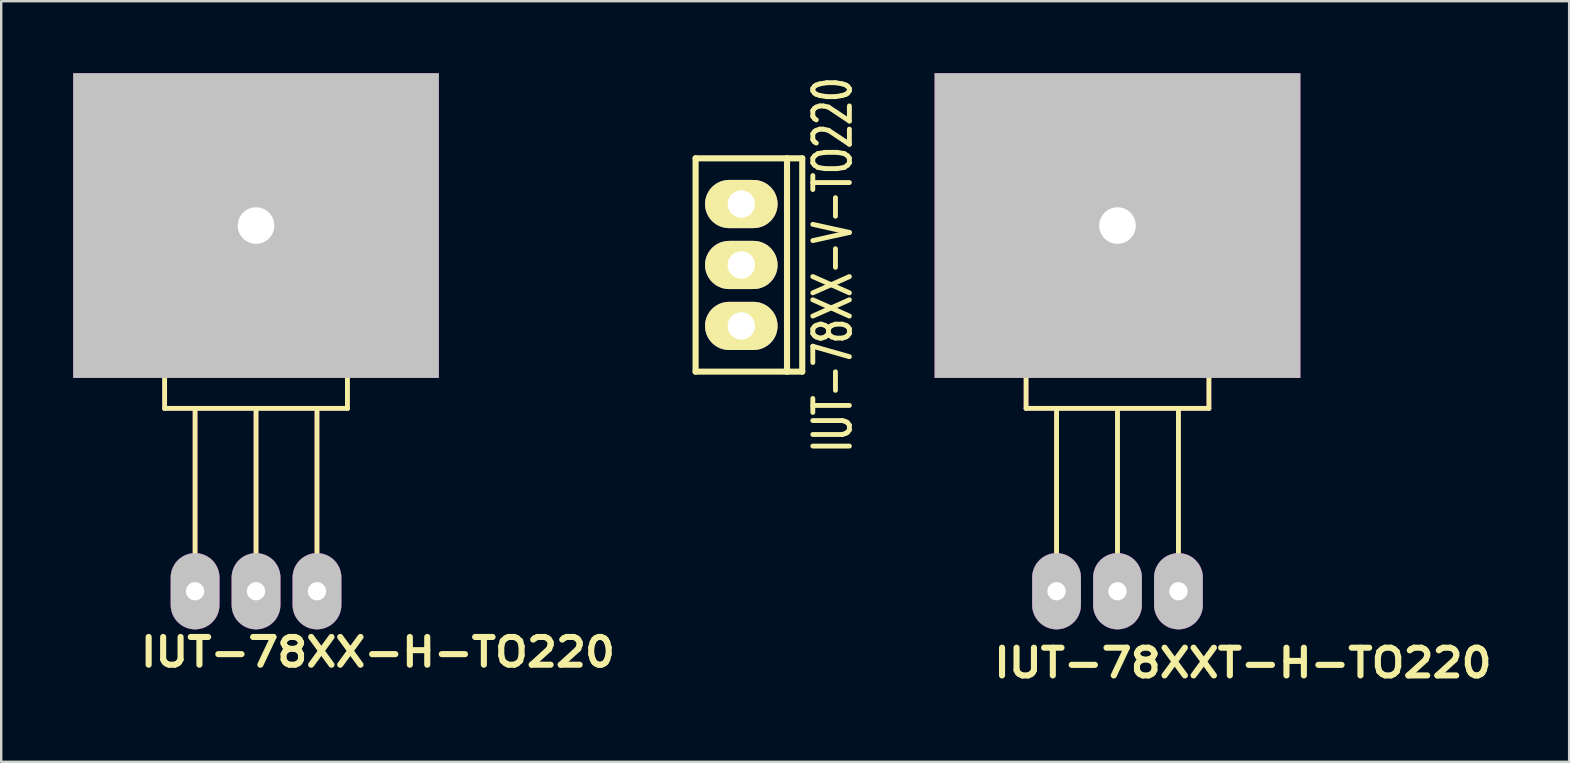
<source format=kicad_pcb>
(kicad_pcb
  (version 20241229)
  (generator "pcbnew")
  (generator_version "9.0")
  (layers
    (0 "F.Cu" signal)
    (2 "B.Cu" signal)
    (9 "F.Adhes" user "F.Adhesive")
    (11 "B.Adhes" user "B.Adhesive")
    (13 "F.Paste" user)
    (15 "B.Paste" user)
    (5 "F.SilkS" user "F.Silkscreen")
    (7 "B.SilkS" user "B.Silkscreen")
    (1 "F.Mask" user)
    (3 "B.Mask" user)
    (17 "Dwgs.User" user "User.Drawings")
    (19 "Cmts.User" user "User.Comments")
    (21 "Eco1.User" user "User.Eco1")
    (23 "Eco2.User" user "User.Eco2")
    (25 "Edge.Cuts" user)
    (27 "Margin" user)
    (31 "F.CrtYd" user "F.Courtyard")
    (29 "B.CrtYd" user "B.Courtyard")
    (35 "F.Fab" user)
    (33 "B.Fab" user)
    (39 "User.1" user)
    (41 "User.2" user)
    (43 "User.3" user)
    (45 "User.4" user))
  (footprint "IUT-78XXT-H-TO220"
    (layer "F.Cu")
    (at 43.522 21.59)
    (property "Reference" "IUT-78XXT-H-TO220" (at 5.227 2.987 0) (layer "F.SilkS") (effects (font (size 1.156 1.27) (thickness 0.254))))
    (attr through_hole)
    (fp_line (start -3.81 -20.32) (end 3.81 -20.32) (stroke (width 0.203) (type solid)) (layer "F.SilkS"))
    (fp_line (start -3.81 -19.05) (end -3.81 -20.32) (stroke (width 0.203) (type solid)) (layer "F.SilkS"))
    (fp_line (start -3.81 -17.78) (end -2.54 -17.78) (stroke (width 0.203) (type solid)) (layer "F.SilkS"))
    (fp_line (start -3.81 -7.62) (end -3.81 -17.78) (stroke (width 0.203) (type solid)) (layer "F.SilkS"))
    (fp_line (start -2.54 -19.05) (end -3.81 -19.05) (stroke (width 0.203) (type solid)) (layer "F.SilkS"))
    (fp_line (start -2.54 -17.78) (end -2.54 -19.05) (stroke (width 0.203) (type solid)) (layer "F.SilkS"))
    (fp_line (start -2.54 0) (end -2.54 -7.62) (stroke (width 0.203) (type solid)) (layer "F.SilkS"))
    (fp_line (start 0 0) (end 0 -7.62) (stroke (width 0.203) (type solid)) (layer "F.SilkS"))
    (fp_line (start 2.54 -19.05) (end 2.54 -17.78) (stroke (width 0.203) (type solid)) (layer "F.SilkS"))
    (fp_line (start 2.54 -17.78) (end 3.81 -17.78) (stroke (width 0.203) (type solid)) (layer "F.SilkS"))
    (fp_line (start 2.54 0) (end 2.54 -7.62) (stroke (width 0.203) (type solid)) (layer "F.SilkS"))
    (fp_line (start 3.81 -20.32) (end 3.81 -19.05) (stroke (width 0.203) (type solid)) (layer "F.SilkS"))
    (fp_line (start 3.81 -19.05) (end 2.54 -19.05) (stroke (width 0.203) (type solid)) (layer "F.SilkS"))
    (fp_line (start 3.81 -17.78) (end 3.81 -7.62) (stroke (width 0.203) (type solid)) (layer "F.SilkS"))
    (fp_line (start 3.81 -7.62) (end -3.81 -7.62) (stroke (width 0.203) (type solid)) (layer "F.SilkS"))
    (fp_line (start -3.81 -20.32) (end 3.81 -20.32) (stroke (width 0.203) (type solid)) (layer "F.Adhes"))
    (fp_line (start -3.81 -19.05) (end -3.81 -20.32) (stroke (width 0.203) (type solid)) (layer "F.Adhes"))
    (fp_line (start -3.81 -17.78) (end -2.54 -17.78) (stroke (width 0.203) (type solid)) (layer "F.Adhes"))
    (fp_line (start -3.81 -7.62) (end -3.81 -17.78) (stroke (width 0.203) (type solid)) (layer "F.Adhes"))
    (fp_line (start -2.54 -19.05) (end -3.81 -19.05) (stroke (width 0.203) (type solid)) (layer "F.Adhes"))
    (fp_line (start -2.54 -17.78) (end -2.54 -19.05) (stroke (width 0.203) (type solid)) (layer "F.Adhes"))
    (fp_line (start -2.54 0) (end -2.54 -7.62) (stroke (width 0.203) (type solid)) (layer "F.Adhes"))
    (fp_line (start 0 0) (end 0 -7.62) (stroke (width 0.203) (type solid)) (layer "F.Adhes"))
    (fp_line (start 2.54 -19.05) (end 2.54 -17.78) (stroke (width 0.203) (type solid)) (layer "F.Adhes"))
    (fp_line (start 2.54 -17.78) (end 3.81 -17.78) (stroke (width 0.203) (type solid)) (layer "F.Adhes"))
    (fp_line (start 2.54 0) (end 2.54 -7.62) (stroke (width 0.203) (type solid)) (layer "F.Adhes"))
    (fp_line (start 3.81 -20.32) (end 3.81 -19.05) (stroke (width 0.203) (type solid)) (layer "F.Adhes"))
    (fp_line (start 3.81 -19.05) (end 2.54 -19.05) (stroke (width 0.203) (type solid)) (layer "F.Adhes"))
    (fp_line (start 3.81 -17.78) (end 3.81 -7.62) (stroke (width 0.203) (type solid)) (layer "F.Adhes"))
    (fp_line (start 3.81 -7.62) (end -3.81 -7.62) (stroke (width 0.203) (type solid)) (layer "F.Adhes"))
    (pad "1" thru_hole oval (at -2.54 0 90) (size 3.175 2.032) (drill 0.762) (layers "*.Cu" "*.Adhes" "*.Mask" "Dwgs.User" "Eco1.User" "Eco2.User"))
    (pad "2" thru_hole oval (at 0 0 90) (size 3.175 2.032) (drill 0.762) (layers "*.Cu" "*.Adhes" "*.Mask" "Dwgs.User" "Eco1.User" "Eco2.User"))
    (pad "3" thru_hole oval (at 2.54 0 90) (size 3.175 2.032) (drill 0.762) (layers "*.Cu" "*.Adhes" "*.Mask" "Dwgs.User" "Eco1.User" "Eco2.User"))
    (pad "X" thru_hole rect (at 0 -15.24) (size 15.24 12.7) (drill 1.524) (layers "*.Adhes" "*.Mask" "F.Cu" "Dwgs.User" "Eco1.User" "Eco2.User")))
  (footprint "IUT-78XX-H-TO220"
    (layer "F.Cu")
    (at 7.62 21.59)
    (property "Reference" "IUT-78XX-H-TO220" (at 5.08 2.54 0) (layer "F.SilkS") (effects (font (size 1.156 1.27) (thickness 0.254))))
    (attr through_hole)
    (fp_line (start -3.81 -20.32) (end 3.81 -20.32) (stroke (width 0.203) (type solid)) (layer "F.SilkS"))
    (fp_line (start -3.81 -19.05) (end -3.81 -20.32) (stroke (width 0.203) (type solid)) (layer "F.SilkS"))
    (fp_line (start -3.81 -17.78) (end -2.54 -17.78) (stroke (width 0.203) (type solid)) (layer "F.SilkS"))
    (fp_line (start -3.81 -7.62) (end -3.81 -17.78) (stroke (width 0.203) (type solid)) (layer "F.SilkS"))
    (fp_line (start -2.54 -19.05) (end -3.81 -19.05) (stroke (width 0.203) (type solid)) (layer "F.SilkS"))
    (fp_line (start -2.54 -17.78) (end -2.54 -19.05) (stroke (width 0.203) (type solid)) (layer "F.SilkS"))
    (fp_line (start -2.54 0) (end -2.54 -7.62) (stroke (width 0.203) (type solid)) (layer "F.SilkS"))
    (fp_line (start 0 0) (end 0 -7.62) (stroke (width 0.203) (type solid)) (layer "F.SilkS"))
    (fp_line (start 2.54 -19.05) (end 2.54 -17.78) (stroke (width 0.203) (type solid)) (layer "F.SilkS"))
    (fp_line (start 2.54 -17.78) (end 3.81 -17.78) (stroke (width 0.203) (type solid)) (layer "F.SilkS"))
    (fp_line (start 2.54 0) (end 2.54 -7.62) (stroke (width 0.203) (type solid)) (layer "F.SilkS"))
    (fp_line (start 3.81 -20.32) (end 3.81 -19.05) (stroke (width 0.203) (type solid)) (layer "F.SilkS"))
    (fp_line (start 3.81 -19.05) (end 2.54 -19.05) (stroke (width 0.203) (type solid)) (layer "F.SilkS"))
    (fp_line (start 3.81 -17.78) (end 3.81 -7.62) (stroke (width 0.203) (type solid)) (layer "F.SilkS"))
    (fp_line (start 3.81 -7.62) (end -3.81 -7.62) (stroke (width 0.203) (type solid)) (layer "F.SilkS"))
    (fp_line (start -3.81 -20.32) (end 3.81 -20.32) (stroke (width 0.203) (type solid)) (layer "F.Adhes"))
    (fp_line (start -3.81 -19.05) (end -3.81 -20.32) (stroke (width 0.203) (type solid)) (layer "F.Adhes"))
    (fp_line (start -3.81 -17.78) (end -2.54 -17.78) (stroke (width 0.203) (type solid)) (layer "F.Adhes"))
    (fp_line (start -3.81 -7.62) (end -3.81 -17.78) (stroke (width 0.203) (type solid)) (layer "F.Adhes"))
    (fp_line (start -2.54 -19.05) (end -3.81 -19.05) (stroke (width 0.203) (type solid)) (layer "F.Adhes"))
    (fp_line (start -2.54 -17.78) (end -2.54 -19.05) (stroke (width 0.203) (type solid)) (layer "F.Adhes"))
    (fp_line (start -2.54 0) (end -2.54 -7.62) (stroke (width 0.203) (type solid)) (layer "F.Adhes"))
    (fp_line (start 0 0) (end 0 -7.62) (stroke (width 0.203) (type solid)) (layer "F.Adhes"))
    (fp_line (start 2.54 -19.05) (end 2.54 -17.78) (stroke (width 0.203) (type solid)) (layer "F.Adhes"))
    (fp_line (start 2.54 -17.78) (end 3.81 -17.78) (stroke (width 0.203) (type solid)) (layer "F.Adhes"))
    (fp_line (start 2.54 0) (end 2.54 -7.62) (stroke (width 0.203) (type solid)) (layer "F.Adhes"))
    (fp_line (start 3.81 -20.32) (end 3.81 -19.05) (stroke (width 0.203) (type solid)) (layer "F.Adhes"))
    (fp_line (start 3.81 -19.05) (end 2.54 -19.05) (stroke (width 0.203) (type solid)) (layer "F.Adhes"))
    (fp_line (start 3.81 -17.78) (end 3.81 -7.62) (stroke (width 0.203) (type solid)) (layer "F.Adhes"))
    (fp_line (start 3.81 -7.62) (end -3.81 -7.62) (stroke (width 0.203) (type solid)) (layer "F.Adhes"))
    (pad "GND" thru_hole oval (at 0 0 90) (size 3.175 2.032) (drill 0.762) (layers "*.Cu" "*.Adhes" "*.Mask" "Dwgs.User" "Eco1.User" "Eco2.User"))
    (pad "VI" thru_hole oval (at -2.54 0 90) (size 3.175 2.032) (drill 0.762) (layers "*.Cu" "*.Adhes" "*.Mask" "Dwgs.User" "Eco1.User" "Eco2.User"))
    (pad "VO" thru_hole oval (at 2.54 0 90) (size 3.175 2.032) (drill 0.762) (layers "*.Cu" "*.Adhes" "*.Mask" "Dwgs.User" "Eco1.User" "Eco2.User"))
    (pad "X" thru_hole rect (at 0 -15.24) (size 15.24 12.7) (drill 1.524) (layers "*.Adhes" "*.Mask" "F.Cu" "Dwgs.User" "Eco1.User" "Eco2.User")))
  (footprint "IUT-78XX-V-TO220"
    (layer "F.Cu")
    (at 27.844 7.993)
    (property "Reference" "IUT-78XX-V-TO220" (at 3.81 0 90) (layer "F.SilkS") (effects (font (size 1.524 1.016) (thickness 0.203))))
    (attr through_hole)
    (fp_line (start -1.905 -4.445) (end 1.905 -4.445) (stroke (width 0.254) (type solid)) (layer "F.SilkS"))
    (fp_line (start -1.905 4.445) (end -1.905 -4.445) (stroke (width 0.254) (type solid)) (layer "F.SilkS"))
    (fp_line (start 1.905 -4.445) (end 1.905 4.445) (stroke (width 0.254) (type solid)) (layer "F.SilkS"))
    (fp_line (start 1.905 -4.445) (end 2.54 -4.445) (stroke (width 0.254) (type solid)) (layer "F.SilkS"))
    (fp_line (start 1.905 4.445) (end -1.905 4.445) (stroke (width 0.254) (type solid)) (layer "F.SilkS"))
    (fp_line (start 2.54 -4.445) (end 2.54 4.445) (stroke (width 0.254) (type solid)) (layer "F.SilkS"))
    (fp_line (start 2.54 4.445) (end 1.905 4.445) (stroke (width 0.254) (type solid)) (layer "F.SilkS"))
    (pad "GND" thru_hole oval (at 0 0) (size 3.023 2.007) (drill 1.143) (layers "*.Cu" "*.Mask" "F.SilkS"))
    (pad "VI" thru_hole oval (at 0 -2.54) (size 3.023 2.007) (drill 1.143) (layers "*.Cu" "*.Mask" "F.SilkS"))
    (pad "VO" thru_hole oval (at 0 2.54) (size 3.023 2.007) (drill 1.143) (layers "*.Cu" "*.Mask" "F.SilkS")))
  (gr_rect
    (start -3 -3)
    (end 62.345 28.699)
    (stroke (width 0.1) (type default))
    (fill no)
    (layer "Edge.Cuts")))
</source>
